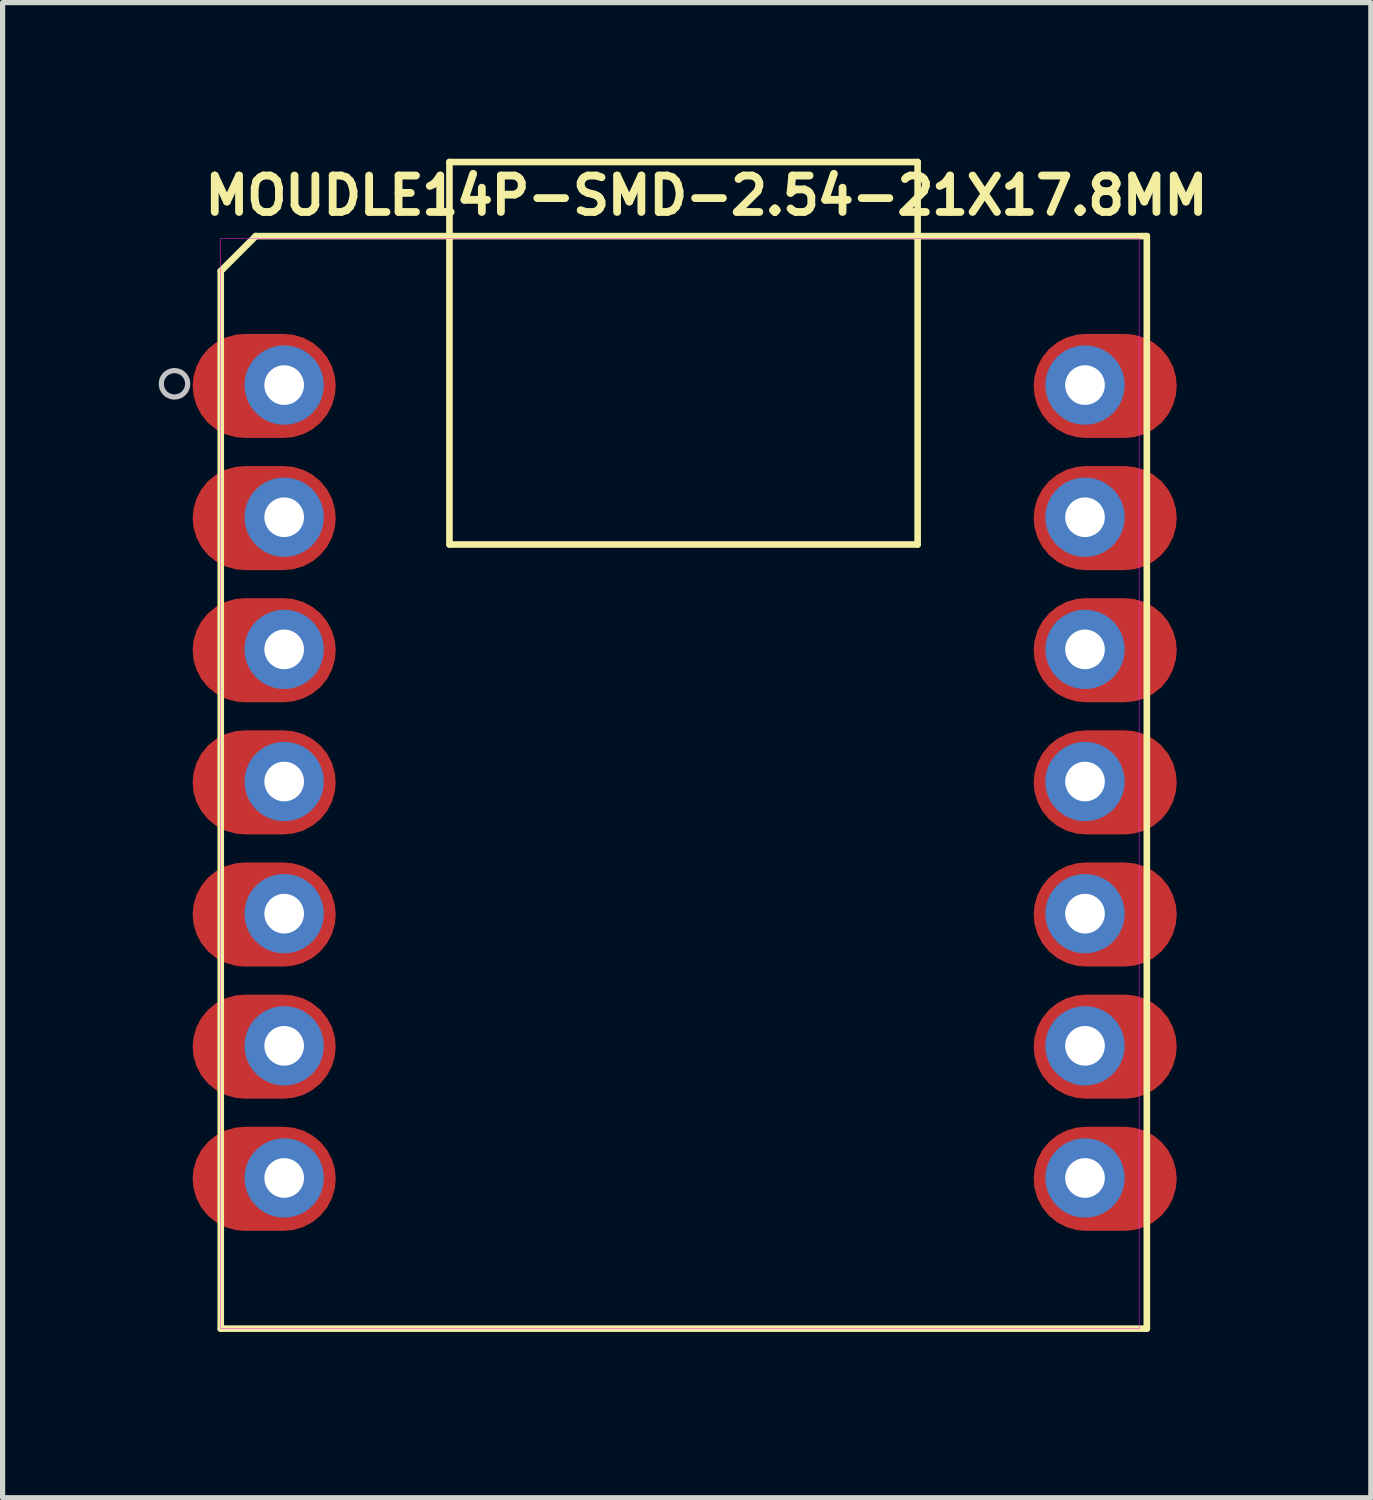
<source format=kicad_pcb>
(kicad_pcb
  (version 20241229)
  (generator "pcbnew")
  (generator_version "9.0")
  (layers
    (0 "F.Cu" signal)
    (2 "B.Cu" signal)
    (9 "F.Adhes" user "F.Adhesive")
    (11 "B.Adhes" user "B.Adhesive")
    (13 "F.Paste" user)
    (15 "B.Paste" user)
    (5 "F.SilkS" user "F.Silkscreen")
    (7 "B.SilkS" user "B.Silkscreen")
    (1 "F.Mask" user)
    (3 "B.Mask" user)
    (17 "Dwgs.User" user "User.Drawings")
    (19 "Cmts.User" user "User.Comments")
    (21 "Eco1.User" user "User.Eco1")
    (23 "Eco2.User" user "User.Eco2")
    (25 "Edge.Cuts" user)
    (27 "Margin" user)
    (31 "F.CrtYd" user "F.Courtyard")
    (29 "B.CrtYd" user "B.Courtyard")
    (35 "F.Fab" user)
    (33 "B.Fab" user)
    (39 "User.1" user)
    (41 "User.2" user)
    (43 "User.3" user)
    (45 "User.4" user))
  (footprint "MOUDLE14P-SMD-2.54-21X17.8MM"
    (layer "F.Cu")
    (at 1.193 22.488)
    (property "Reference" "MOUDLE14P-SMD-2.54-21X17.8MM" (at 9.335 -21.78 0) (layer "F.SilkS") (effects (font (size 0.7 0.7) (thickness 0.15))))
    (attr through_hole)
    (fp_line (start 0 -20.328) (end 0 0) (stroke (width 0.127) (type solid)) (layer "F.SilkS"))
    (fp_line (start 0 0) (end 17.8 0) (stroke (width 0.127) (type solid)) (layer "F.SilkS"))
    (fp_line (start 0.672 -21) (end 0 -20.328) (stroke (width 0.127) (type solid)) (layer "F.SilkS"))
    (fp_line (start 4.396 -15.072) (end 4.396 -22.425) (stroke (width 0.127) (type solid)) (layer "F.SilkS"))
    (fp_line (start 4.4 -22.424) (end 13.395 -22.424) (stroke (width 0.127) (type solid)) (layer "F.SilkS"))
    (fp_line (start 13.395 -22.424) (end 13.395 -15.072) (stroke (width 0.127) (type solid)) (layer "F.SilkS"))
    (fp_line (start 13.395 -15.072) (end 4.396 -15.072) (stroke (width 0.127) (type solid)) (layer "F.SilkS"))
    (fp_line (start 17.8 -21) (end 0.672 -21) (stroke (width 0.127) (type solid)) (layer "F.SilkS"))
    (fp_line (start 17.8 0) (end 17.8 -21) (stroke (width 0.127) (type solid)) (layer "F.SilkS"))
    (fp_circle (center -0.889 -18.161) (end -0.635 -18.161) (stroke (width 0.1) (type solid)) (fill no) (layer "Dwgs.User"))
    (fp_poly (pts (xy 0 -20.955) (xy 17.653 -20.955) (xy 17.653 0) (xy 0 0)) (stroke (width 0.01) (type solid)) (fill no) (layer "F.CrtYd"))
    (pad "1" smd roundrect (at 0.835 -18.12) (size 2.75 2) (layers "F.Cu" "F.Mask" "F.Paste") (roundrect_rratio 0.5))
    (pad "1" thru_hole circle (at 1.219 -18.136) (size 1.524 1.524) (drill 0.762) (layers "*.Cu" "*.Mask"))
    (pad "2" smd roundrect (at 0.835 -15.58) (size 2.75 2) (layers "F.Cu" "F.Mask" "F.Paste") (roundrect_rratio 0.5))
    (pad "2" thru_hole circle (at 1.219 -15.596) (size 1.524 1.524) (drill 0.762) (layers "*.Cu" "*.Mask"))
    (pad "3" smd roundrect (at 0.835 -13.04) (size 2.75 2) (layers "F.Cu" "F.Mask" "F.Paste") (roundrect_rratio 0.5))
    (pad "3" thru_hole circle (at 1.219 -13.056) (size 1.524 1.524) (drill 0.762) (layers "*.Cu" "*.Mask"))
    (pad "4" smd roundrect (at 0.835 -10.5) (size 2.75 2) (layers "F.Cu" "F.Mask" "F.Paste") (roundrect_rratio 0.5))
    (pad "4" thru_hole circle (at 1.219 -10.516) (size 1.524 1.524) (drill 0.762) (layers "*.Cu" "*.Mask"))
    (pad "5" smd roundrect (at 0.835 -7.96) (size 2.75 2) (layers "F.Cu" "F.Mask" "F.Paste") (roundrect_rratio 0.5))
    (pad "5" thru_hole circle (at 1.219 -7.976) (size 1.524 1.524) (drill 0.762) (layers "*.Cu" "*.Mask"))
    (pad "6" smd roundrect (at 0.835 -5.42) (size 2.75 2) (layers "F.Cu" "F.Mask" "F.Paste") (roundrect_rratio 0.5))
    (pad "6" thru_hole circle (at 1.219 -5.436) (size 1.524 1.524) (drill 0.762) (layers "*.Cu" "*.Mask"))
    (pad "7" smd roundrect (at 0.835 -2.88) (size 2.75 2) (layers "F.Cu" "F.Mask" "F.Paste") (roundrect_rratio 0.5))
    (pad "7" thru_hole circle (at 1.219 -2.896) (size 1.524 1.524) (drill 0.762) (layers "*.Cu" "*.Mask"))
    (pad "8" thru_hole circle (at 16.612 -2.896) (size 1.524 1.524) (drill 0.762) (layers "*.Cu" "*.Mask"))
    (pad "8" smd roundrect (at 17 -2.88) (size 2.75 2) (layers "F.Cu" "F.Mask" "F.Paste") (roundrect_rratio 0.5))
    (pad "9" thru_hole circle (at 16.612 -5.436) (size 1.524 1.524) (drill 0.762) (layers "*.Cu" "*.Mask"))
    (pad "9" smd roundrect (at 17 -5.42) (size 2.75 2) (layers "F.Cu" "F.Mask" "F.Paste") (roundrect_rratio 0.5))
    (pad "10" thru_hole circle (at 16.612 -7.976) (size 1.524 1.524) (drill 0.762) (layers "*.Cu" "*.Mask"))
    (pad "10" smd roundrect (at 17 -7.96) (size 2.75 2) (layers "F.Cu" "F.Mask" "F.Paste") (roundrect_rratio 0.5))
    (pad "11" thru_hole circle (at 16.612 -10.516) (size 1.524 1.524) (drill 0.762) (layers "*.Cu" "*.Mask"))
    (pad "11" smd roundrect (at 17 -10.5) (size 2.75 2) (layers "F.Cu" "F.Mask" "F.Paste") (roundrect_rratio 0.5))
    (pad "12" thru_hole circle (at 16.612 -13.056) (size 1.524 1.524) (drill 0.762) (layers "*.Cu" "*.Mask"))
    (pad "12" smd roundrect (at 17 -13.04) (size 2.75 2) (layers "F.Cu" "F.Mask" "F.Paste") (roundrect_rratio 0.5))
    (pad "13" thru_hole circle (at 16.612 -15.596) (size 1.524 1.524) (drill 0.762) (layers "*.Cu" "*.Mask"))
    (pad "13" smd roundrect (at 17 -15.58) (size 2.75 2) (layers "F.Cu" "F.Mask" "F.Paste") (roundrect_rratio 0.5))
    (pad "14" thru_hole circle (at 16.612 -18.136) (size 1.524 1.524) (drill 0.762) (layers "*.Cu" "*.Mask"))
    (pad "14" smd roundrect (at 17 -18.12) (size 2.75 2) (layers "F.Cu" "F.Mask" "F.Paste") (roundrect_rratio 0.5))
    (zone (net_name "") (layer "F.Cu") (hatch full 0.508) (connect_pads) (min_thickness 0.01) (filled_areas_thickness no) (keepout (tracks not_allowed) (vias not_allowed) (pads not_allowed) (copperpour not_allowed) (footprints allowed)) (placement (enabled no)) (fill) (polygon (pts (xy 4.178 9.725) (xy 7.098 9.725) (xy 7.098 11.757) (xy 4.178 11.757))))
    (zone (net_name "") (layer "F.Cu") (hatch full 0.508) (connect_pads) (min_thickness 0.01) (filled_areas_thickness no) (keepout (tracks not_allowed) (vias not_allowed) (pads not_allowed) (copperpour not_allowed) (footprints allowed)) (placement (enabled no)) (fill) (polygon (pts (xy 4.876 1.407) (xy 6.654 1.407) (xy 6.654 4.074) (xy 4.876 4.074))))
    (zone (net_name "") (layer "F.Cu") (hatch full 0.508) (connect_pads) (min_thickness 0.01) (filled_areas_thickness no) (keepout (tracks not_allowed) (vias not_allowed) (pads not_allowed) (copperpour not_allowed) (footprints allowed)) (placement (enabled no)) (fill) (polygon (pts (xy 4.876 5.471) (xy 6.654 5.471) (xy 6.654 8.137) (xy 4.876 8.137))))
    (zone (net_name "") (layer "F.Cu") (hatch full 0.508) (connect_pads) (min_thickness 0.01) (filled_areas_thickness no) (keepout (tracks not_allowed) (vias not_allowed) (pads not_allowed) (copperpour not_allowed) (footprints allowed)) (placement (enabled no)) (fill) (polygon (pts (xy 7.543 2.168) (xy 12.75 2.168) (xy 12.75 9.153) (xy 7.543 9.153))))
    (zone (net_name "") (layer "F.Cu") (hatch full 0.508) (connect_pads) (min_thickness 0.01) (filled_areas_thickness no) (keepout (tracks not_allowed) (vias not_allowed) (pads not_allowed) (copperpour not_allowed) (footprints allowed)) (placement (enabled no)) (fill) (polygon (pts (xy 7.543 19.314) (xy 13.258 19.314) (xy 13.258 21.854) (xy 7.543 21.854))))
    (zone (net_name "") (layer "F.Cu") (hatch full 0.508) (connect_pads) (min_thickness 0.01) (filled_areas_thickness no) (keepout (tracks not_allowed) (vias not_allowed) (pads not_allowed) (copperpour not_allowed) (footprints allowed)) (placement (enabled no)) (fill) (polygon (pts (xy 10.972 11.185) (xy 14.02 11.185) (xy 14.02 14.233) (xy 10.972 14.233))))
    (zone (net_name "") (layer "F.Cu") (hatch full 0.508) (connect_pads) (min_thickness 0.01) (filled_areas_thickness no) (keepout (tracks not_allowed) (vias not_allowed) (pads not_allowed) (copperpour not_allowed) (footprints allowed)) (placement (enabled no)) (fill) (polygon (pts (xy 13.512 1.407) (xy 15.29 1.407) (xy 15.29 4.074) (xy 13.512 4.074))))
    (zone (net_name "") (layer "F.Cu") (hatch full 0.508) (connect_pads) (min_thickness 0.01) (filled_areas_thickness no) (keepout (tracks not_allowed) (vias not_allowed) (pads not_allowed) (copperpour not_allowed) (footprints allowed)) (placement (enabled no)) (fill) (polygon (pts (xy 13.512 5.471) (xy 15.29 5.471) (xy 15.29 8.137) (xy 13.512 8.137)))))
  (gr_rect
    (start -3 -3)
    (end 23.299 25.738)
    (stroke (width 0.1) (type default))
    (fill no)
    (layer "Edge.Cuts")))
</source>
